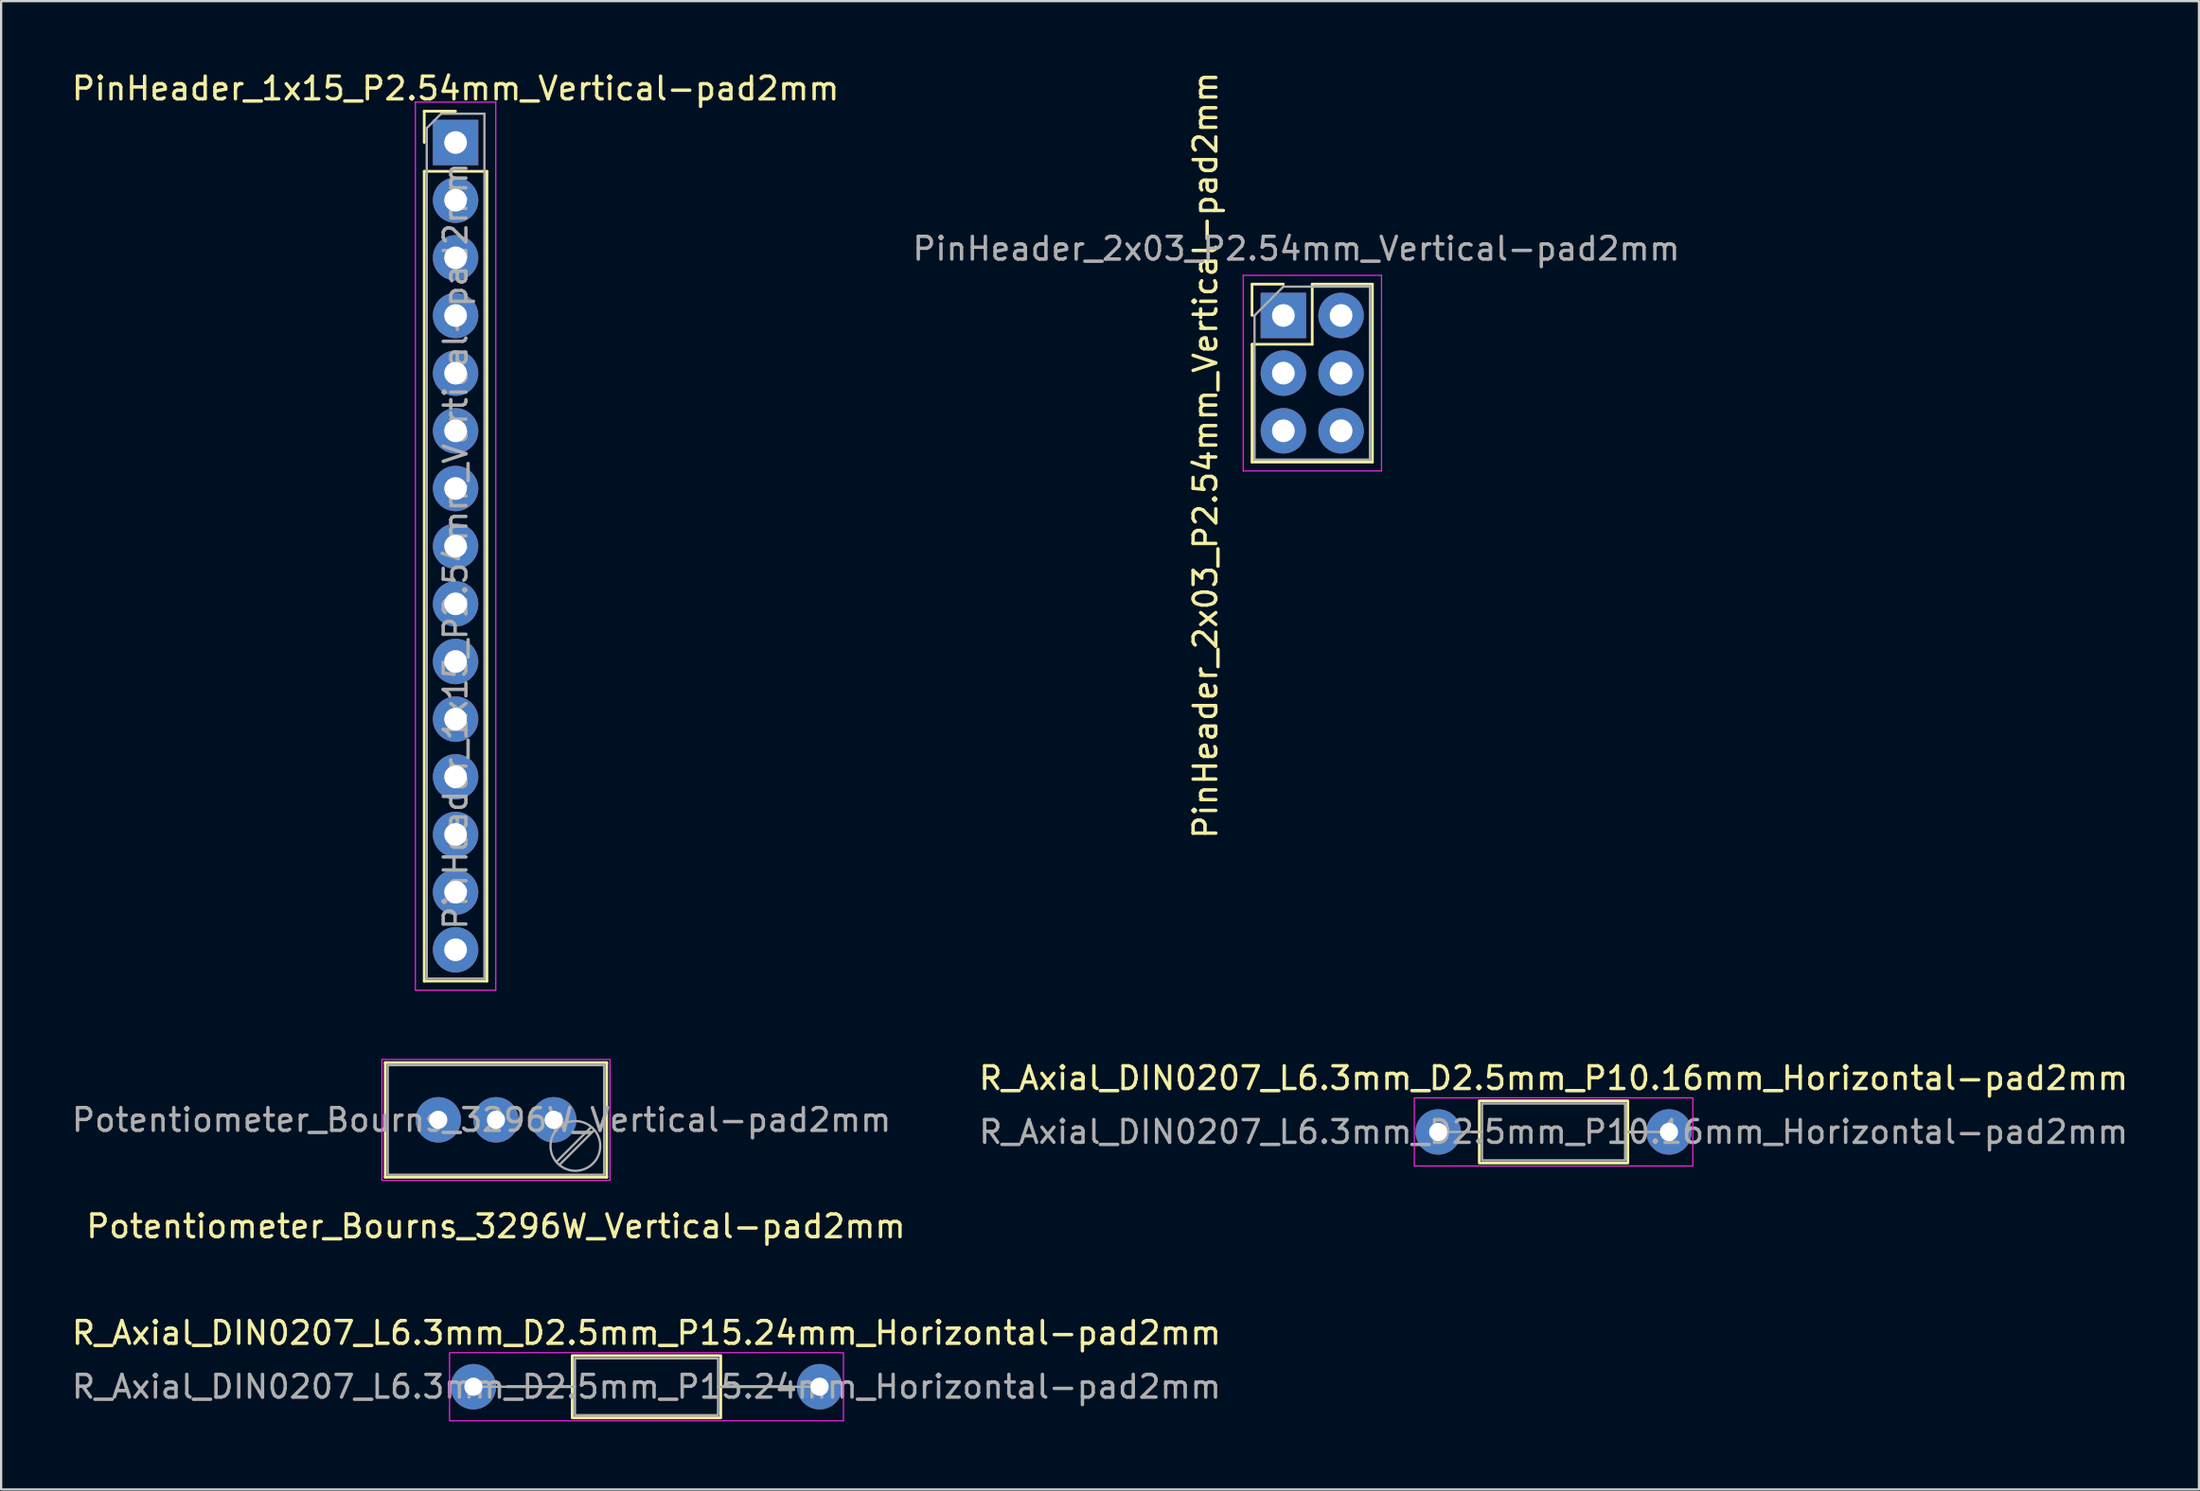
<source format=kicad_pcb>
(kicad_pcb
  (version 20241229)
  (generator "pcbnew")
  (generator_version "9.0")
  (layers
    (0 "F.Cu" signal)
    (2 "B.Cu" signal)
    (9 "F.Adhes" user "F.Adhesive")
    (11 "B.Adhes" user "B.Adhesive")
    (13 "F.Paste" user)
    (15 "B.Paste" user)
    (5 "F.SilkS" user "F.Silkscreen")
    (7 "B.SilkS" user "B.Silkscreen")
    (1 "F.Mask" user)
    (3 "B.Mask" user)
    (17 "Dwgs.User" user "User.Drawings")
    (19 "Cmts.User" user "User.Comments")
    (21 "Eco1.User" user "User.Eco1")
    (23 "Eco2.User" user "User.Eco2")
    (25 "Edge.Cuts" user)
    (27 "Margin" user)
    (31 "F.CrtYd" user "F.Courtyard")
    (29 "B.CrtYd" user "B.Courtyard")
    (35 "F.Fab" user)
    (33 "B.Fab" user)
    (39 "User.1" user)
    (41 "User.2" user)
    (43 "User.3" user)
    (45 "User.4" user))
  (footprint "PinHeader_2x03_P2.54mm_Vertical-pad2mm"
    (layer "F.Cu")
    (at 53.448 10.846)
    (property "Reference" "PinHeader_2x03_P2.54mm_Vertical-pad2mm" (at -3.43 6.16 270) (layer "F.SilkS") (effects (font (size 1 1) (thickness 0.15))))
    (attr through_hole)
    (fp_line (start -1.38 -1.38) (end 0 -1.38) (stroke (width 0.12) (type solid)) (layer "F.SilkS"))
    (fp_line (start -1.38 0) (end -1.38 -1.38) (stroke (width 0.12) (type solid)) (layer "F.SilkS"))
    (fp_line (start -1.38 1.27) (end -1.38 6.46) (stroke (width 0.12) (type solid)) (layer "F.SilkS"))
    (fp_line (start -1.38 1.27) (end 1.27 1.27) (stroke (width 0.12) (type solid)) (layer "F.SilkS"))
    (fp_line (start -1.38 6.46) (end 3.92 6.46) (stroke (width 0.12) (type solid)) (layer "F.SilkS"))
    (fp_line (start 1.27 -1.38) (end 3.92 -1.38) (stroke (width 0.12) (type solid)) (layer "F.SilkS"))
    (fp_line (start 1.27 1.27) (end 1.27 -1.38) (stroke (width 0.12) (type solid)) (layer "F.SilkS"))
    (fp_line (start 3.92 -1.38) (end 3.92 6.46) (stroke (width 0.12) (type solid)) (layer "F.SilkS"))
    (fp_line (start -1.77 -1.77) (end -1.77 6.85) (stroke (width 0.05) (type solid)) (layer "F.CrtYd"))
    (fp_line (start -1.77 6.85) (end 4.32 6.85) (stroke (width 0.05) (type solid)) (layer "F.CrtYd"))
    (fp_line (start 4.32 -1.77) (end -1.77 -1.77) (stroke (width 0.05) (type solid)) (layer "F.CrtYd"))
    (fp_line (start 4.32 6.85) (end 4.32 -1.77) (stroke (width 0.05) (type solid)) (layer "F.CrtYd"))
    (fp_line (start -1.27 0) (end 0 -1.27) (stroke (width 0.1) (type solid)) (layer "F.Fab"))
    (fp_line (start -1.27 6.35) (end -1.27 0) (stroke (width 0.1) (type solid)) (layer "F.Fab"))
    (fp_line (start 0 -1.27) (end 3.81 -1.27) (stroke (width 0.1) (type solid)) (layer "F.Fab"))
    (fp_line (start 3.81 -1.27) (end 3.81 6.35) (stroke (width 0.1) (type solid)) (layer "F.Fab"))
    (fp_line (start 3.81 6.35) (end -1.27 6.35) (stroke (width 0.1) (type solid)) (layer "F.Fab"))
    (fp_text user "${REFERENCE}" (at 0.57 -2.94 0) (layer "F.Fab") (effects (font (size 1 1) (thickness 0.15))))
    (pad "1" thru_hole rect (at 0 0) (size 2 2) (drill 1) (layers "*.Cu" "*.Mask"))
    (pad "2" thru_hole circle (at 2.54 0) (size 2 2) (drill 1) (layers "*.Cu" "*.Mask"))
    (pad "3" thru_hole circle (at 0 2.54) (size 2 2) (drill 1) (layers "*.Cu" "*.Mask"))
    (pad "4" thru_hole circle (at 2.54 2.54) (size 2 2) (drill 1) (layers "*.Cu" "*.Mask"))
    (pad "5" thru_hole circle (at 0 5.08) (size 2 2) (drill 1) (layers "*.Cu" "*.Mask"))
    (pad "6" thru_hole circle (at 2.54 5.08) (size 2 2) (drill 1) (layers "*.Cu" "*.Mask")))
  (footprint "PinHeader_1x15_P2.54mm_Vertical-pad2mm"
    (layer "F.Cu")
    (at 17.006 3.228)
    (property "Reference" "PinHeader_1x15_P2.54mm_Vertical-pad2mm" (at 0 -2.38 0) (layer "F.SilkS") (effects (font (size 1 1) (thickness 0.15))))
    (attr through_hole)
    (fp_line (start -1.38 -1.38) (end 0 -1.38) (stroke (width 0.12) (type solid)) (layer "F.SilkS"))
    (fp_line (start -1.38 0) (end -1.38 -1.38) (stroke (width 0.12) (type solid)) (layer "F.SilkS"))
    (fp_line (start -1.38 1.27) (end -1.38 36.94) (stroke (width 0.12) (type solid)) (layer "F.SilkS"))
    (fp_line (start -1.38 1.27) (end 1.38 1.27) (stroke (width 0.12) (type solid)) (layer "F.SilkS"))
    (fp_line (start -1.38 36.94) (end 1.38 36.94) (stroke (width 0.12) (type solid)) (layer "F.SilkS"))
    (fp_line (start 1.38 1.27) (end 1.38 36.94) (stroke (width 0.12) (type solid)) (layer "F.SilkS"))
    (fp_line (start -1.77 -1.78) (end -1.77 37.34) (stroke (width 0.05) (type solid)) (layer "F.CrtYd"))
    (fp_line (start -1.77 37.34) (end 1.77 37.34) (stroke (width 0.05) (type solid)) (layer "F.CrtYd"))
    (fp_line (start 1.77 -1.78) (end -1.77 -1.78) (stroke (width 0.05) (type solid)) (layer "F.CrtYd"))
    (fp_line (start 1.77 37.34) (end 1.77 -1.78) (stroke (width 0.05) (type solid)) (layer "F.CrtYd"))
    (fp_line (start -1.27 -0.635) (end -0.635 -1.27) (stroke (width 0.1) (type solid)) (layer "F.Fab"))
    (fp_line (start -1.27 36.83) (end -1.27 -0.635) (stroke (width 0.1) (type solid)) (layer "F.Fab"))
    (fp_line (start -0.635 -1.27) (end 1.27 -1.27) (stroke (width 0.1) (type solid)) (layer "F.Fab"))
    (fp_line (start 1.27 -1.27) (end 1.27 36.83) (stroke (width 0.1) (type solid)) (layer "F.Fab"))
    (fp_line (start 1.27 36.83) (end -1.27 36.83) (stroke (width 0.1) (type solid)) (layer "F.Fab"))
    (fp_text user "${REFERENCE}" (at 0 17.78 90) (layer "F.Fab") (effects (font (size 1 1) (thickness 0.15))))
    (pad "1" thru_hole rect (at 0 0) (size 2 2) (drill 1) (layers "*.Cu" "*.Mask"))
    (pad "2" thru_hole circle (at 0 2.54) (size 2 2) (drill 1) (layers "*.Cu" "*.Mask"))
    (pad "3" thru_hole circle (at 0 5.08) (size 2 2) (drill 1) (layers "*.Cu" "*.Mask"))
    (pad "4" thru_hole circle (at 0 7.62) (size 2 2) (drill 1) (layers "*.Cu" "*.Mask"))
    (pad "5" thru_hole circle (at 0 10.16) (size 2 2) (drill 1) (layers "*.Cu" "*.Mask"))
    (pad "6" thru_hole circle (at 0 12.7) (size 2 2) (drill 1) (layers "*.Cu" "*.Mask"))
    (pad "7" thru_hole circle (at 0 15.24) (size 2 2) (drill 1) (layers "*.Cu" "*.Mask"))
    (pad "8" thru_hole circle (at 0 17.78) (size 2 2) (drill 1) (layers "*.Cu" "*.Mask"))
    (pad "9" thru_hole circle (at 0 20.32) (size 2 2) (drill 1) (layers "*.Cu" "*.Mask"))
    (pad "10" thru_hole circle (at 0 22.86) (size 2 2) (drill 1) (layers "*.Cu" "*.Mask"))
    (pad "11" thru_hole circle (at 0 25.4) (size 2 2) (drill 1) (layers "*.Cu" "*.Mask"))
    (pad "12" thru_hole circle (at 0 27.94) (size 2 2) (drill 1) (layers "*.Cu" "*.Mask"))
    (pad "13" thru_hole circle (at 0 30.48) (size 2 2) (drill 1) (layers "*.Cu" "*.Mask"))
    (pad "14" thru_hole circle (at 0 33.02) (size 2 2) (drill 1) (layers "*.Cu" "*.Mask"))
    (pad "15" thru_hole circle (at 0 35.56) (size 2 2) (drill 1) (layers "*.Cu" "*.Mask")))
  (footprint "Potentiometer_Bourns_3296W_Vertical-pad2mm"
    (layer "F.Cu")
    (at 21.324 46.278)
    (property "Reference" "Potentiometer_Bourns_3296W_Vertical-pad2mm" (at -2.54 4.69 180) (layer "F.SilkS") (effects (font (size 1 1) (thickness 0.15))))
    (attr through_hole)
    (fp_line (start -7.415 -2.52) (end 2.335 -2.52) (stroke (width 0.12) (type solid)) (layer "F.SilkS"))
    (fp_line (start -7.415 2.53) (end -7.415 -2.52) (stroke (width 0.12) (type solid)) (layer "F.SilkS"))
    (fp_line (start 2.335 -2.52) (end 2.335 2.53) (stroke (width 0.12) (type solid)) (layer "F.SilkS"))
    (fp_line (start 2.335 2.53) (end -7.415 2.53) (stroke (width 0.12) (type solid)) (layer "F.SilkS"))
    (fp_rect (start -7.56 -2.66) (end 2.48 2.67) (stroke (width 0.05) (type solid)) (fill no) (layer "F.CrtYd"))
    (fp_line (start 1.652 0.32) (end 0.125 1.847) (stroke (width 0.1) (type solid)) (layer "F.Fab"))
    (fp_line (start 1.785 0.453) (end 0.258 1.98) (stroke (width 0.1) (type solid)) (layer "F.Fab"))
    (fp_rect (start -7.305 -2.41) (end 2.225 2.42) (stroke (width 0.1) (type solid)) (fill no) (layer "F.Fab"))
    (fp_circle (center 0.955 1.15) (end 2.05 1.15) (stroke (width 0.1) (type solid)) (fill no) (layer "F.Fab"))
    (fp_text user "${REFERENCE}" (at -3.175 0.005 180) (layer "F.Fab") (effects (font (size 1 1) (thickness 0.15))))
    (pad "1" thru_hole circle (at 0 0) (size 2 2) (drill 0.8) (layers "*.Cu" "*.Mask"))
    (pad "2" thru_hole circle (at -2.54 0) (size 2 2) (drill 0.8) (layers "*.Cu" "*.Mask"))
    (pad "3" thru_hole circle (at -5.08 0) (size 2 2) (drill 0.8) (layers "*.Cu" "*.Mask")))
  (footprint "R_Axial_DIN0207_L6.3mm_D2.5mm_P15.24mm_Horizontal-pad2mm"
    (layer "F.Cu")
    (at 17.791 58.035)
    (property "Reference" "R_Axial_DIN0207_L6.3mm_D2.5mm_P15.24mm_Horizontal-pad2mm" (at 7.62 -2.37 0) (layer "F.SilkS") (effects (font (size 1 1) (thickness 0.15))))
    (attr through_hole)
    (fp_line (start 1.5 0) (end 4.35 0) (stroke (width 0.12) (type solid)) (layer "F.SilkS"))
    (fp_line (start 14 0) (end 10.89 0) (stroke (width 0.12) (type solid)) (layer "F.SilkS"))
    (fp_rect (start 4.35 -1.37) (end 10.89 1.37) (stroke (width 0.12) (type solid)) (fill no) (layer "F.SilkS"))
    (fp_rect (start -1.05 -1.5) (end 16.29 1.5) (stroke (width 0.05) (type solid)) (fill no) (layer "F.CrtYd"))
    (fp_line (start 0 0) (end 4.47 0) (stroke (width 0.1) (type solid)) (layer "F.Fab"))
    (fp_line (start 15.24 0) (end 10.77 0) (stroke (width 0.1) (type solid)) (layer "F.Fab"))
    (fp_rect (start 4.47 -1.25) (end 10.77 1.25) (stroke (width 0.1) (type solid)) (fill no) (layer "F.Fab"))
    (fp_text user "${REFERENCE}" (at 7.62 0 0) (layer "F.Fab") (effects (font (size 1 1) (thickness 0.15))))
    (pad "1" thru_hole circle (at 0 0) (size 2 2) (drill 0.8) (layers "*.Cu" "*.Mask"))
    (pad "2" thru_hole circle (at 15.24 0) (size 2 2) (drill 0.8) (layers "*.Cu" "*.Mask")))
  (footprint "R_Axial_DIN0207_L6.3mm_D2.5mm_P10.16mm_Horizontal-pad2mm"
    (layer "F.Cu")
    (at 60.263 46.812)
    (property "Reference" "R_Axial_DIN0207_L6.3mm_D2.5mm_P10.16mm_Horizontal-pad2mm" (at 5.08 -2.37 0) (layer "F.SilkS") (effects (font (size 1 1) (thickness 0.15))))
    (attr through_hole)
    (fp_line (start 1.5 0) (end 1.81 0) (stroke (width 0.12) (type solid)) (layer "F.SilkS"))
    (fp_line (start 9 0) (end 8.35 0) (stroke (width 0.12) (type solid)) (layer "F.SilkS"))
    (fp_rect (start 1.81 -1.37) (end 8.35 1.37) (stroke (width 0.12) (type solid)) (fill no) (layer "F.SilkS"))
    (fp_rect (start -1.05 -1.5) (end 11.21 1.5) (stroke (width 0.05) (type solid)) (fill no) (layer "F.CrtYd"))
    (fp_line (start 0 0) (end 1.93 0) (stroke (width 0.1) (type solid)) (layer "F.Fab"))
    (fp_line (start 10.16 0) (end 8.23 0) (stroke (width 0.1) (type solid)) (layer "F.Fab"))
    (fp_rect (start 1.93 -1.25) (end 8.23 1.25) (stroke (width 0.1) (type solid)) (fill no) (layer "F.Fab"))
    (fp_text user "${REFERENCE}" (at 5.08 0 0) (layer "F.Fab") (effects (font (size 1 1) (thickness 0.15))))
    (pad "1" thru_hole circle (at 0 0) (size 2 2) (drill 0.8) (layers "*.Cu" "*.Mask"))
    (pad "2" thru_hole circle (at 10.16 0) (size 2 2) (drill 0.8) (layers "*.Cu" "*.Mask")))
  (gr_rect
    (start -3 -3)
    (end 93.754 62.56)
    (stroke (width 0.1) (type default))
    (fill no)
    (layer "Edge.Cuts")))
</source>
